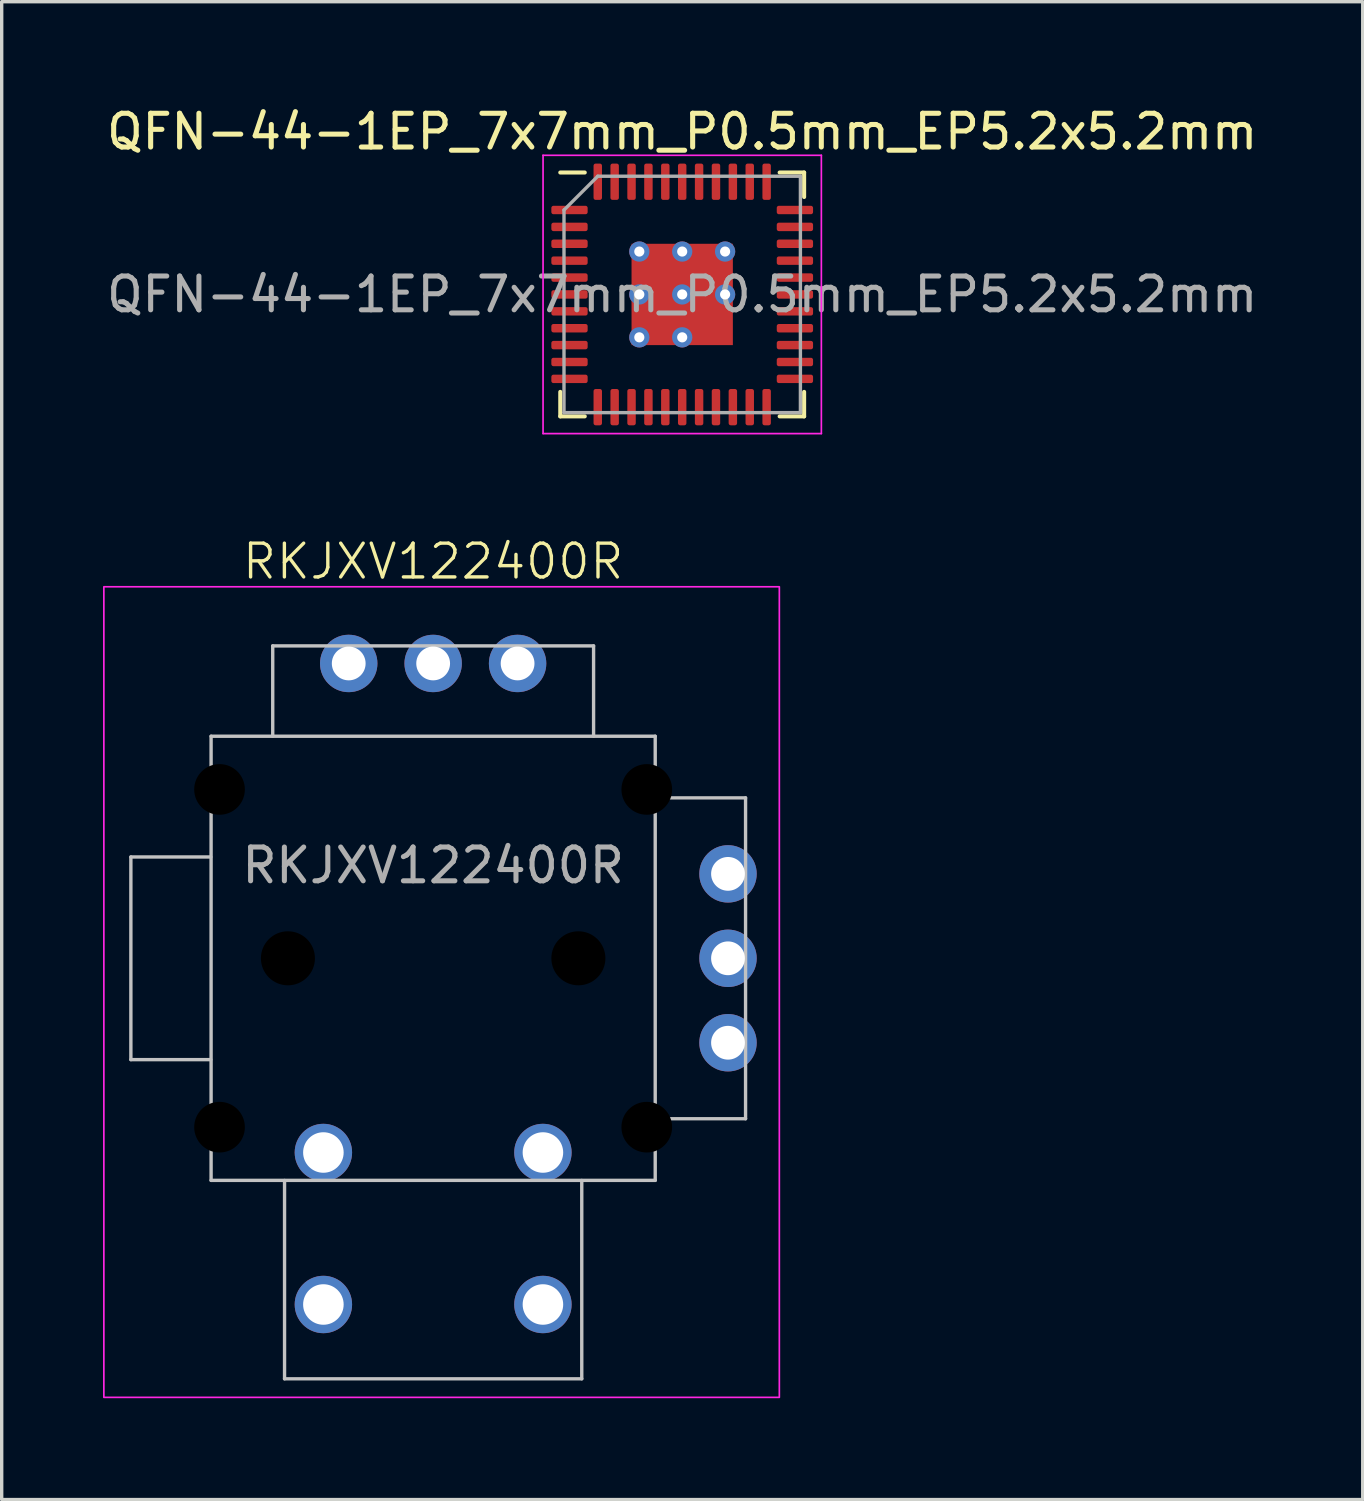
<source format=kicad_pcb>
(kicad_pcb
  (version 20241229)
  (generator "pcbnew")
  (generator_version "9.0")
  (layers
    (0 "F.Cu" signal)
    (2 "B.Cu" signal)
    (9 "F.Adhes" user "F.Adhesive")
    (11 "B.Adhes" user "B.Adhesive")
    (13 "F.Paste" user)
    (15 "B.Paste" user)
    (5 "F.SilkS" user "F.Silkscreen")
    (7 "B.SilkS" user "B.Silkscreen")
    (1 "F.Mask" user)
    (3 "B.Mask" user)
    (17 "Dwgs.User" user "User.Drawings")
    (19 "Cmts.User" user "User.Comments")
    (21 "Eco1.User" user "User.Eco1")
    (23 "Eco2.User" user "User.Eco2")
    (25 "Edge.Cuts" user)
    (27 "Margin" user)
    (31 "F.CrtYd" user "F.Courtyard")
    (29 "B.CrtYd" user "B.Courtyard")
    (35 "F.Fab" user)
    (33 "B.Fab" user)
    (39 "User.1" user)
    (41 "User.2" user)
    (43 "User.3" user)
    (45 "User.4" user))
  (footprint "RKJXV122400R"
    (layer "F.Cu")
    (at 9.775 25.324)
    (property "Reference" "RKJXV122400R" (at 0 -11.75 0) (unlocked yes) (layer "F.SilkS") (effects (font (size 1 1) (thickness 0.1))))
    (attr through_hole)
    (fp_line (start -8.95 -3) (end -8.95 3) (stroke (width 0.1) (type default)) (layer "Dwgs.User"))
    (fp_line (start -6.585 -3) (end -8.95 -3) (stroke (width 0.1) (type default)) (layer "Dwgs.User"))
    (fp_line (start -6.585 3) (end -8.95 3) (stroke (width 0.1) (type default)) (layer "Dwgs.User"))
    (fp_line (start -6.575 -6.575) (end 6.575 -6.575) (stroke (width 0.1) (type default)) (layer "Dwgs.User"))
    (fp_line (start -6.575 6.575) (end -6.575 -6.575) (stroke (width 0.1) (type default)) (layer "Dwgs.User"))
    (fp_line (start -4.75 -9.25) (end -4.75 -6.579) (stroke (width 0.1) (type default)) (layer "Dwgs.User"))
    (fp_line (start -4.75 -9.25) (end 4.75 -9.25) (stroke (width 0.1) (type default)) (layer "Dwgs.User"))
    (fp_line (start -4.4 6.578) (end -4.4 12.45) (stroke (width 0.1) (type default)) (layer "Dwgs.User"))
    (fp_line (start -4.4 12.45) (end 4.4 12.45) (stroke (width 0.1) (type default)) (layer "Dwgs.User"))
    (fp_line (start 4.4 6.578) (end 4.4 12.45) (stroke (width 0.1) (type default)) (layer "Dwgs.User"))
    (fp_line (start 4.75 -9.25) (end 4.75 -6.579) (stroke (width 0.1) (type default)) (layer "Dwgs.User"))
    (fp_line (start 6.575 6.575) (end -6.575 6.575) (stroke (width 0.1) (type default)) (layer "Dwgs.User"))
    (fp_line (start 6.575 6.575) (end 6.575 -6.575) (stroke (width 0.1) (type default)) (layer "Dwgs.User"))
    (fp_line (start 9.25 -4.75) (end 6.579 -4.75) (stroke (width 0.1) (type default)) (layer "Dwgs.User"))
    (fp_line (start 9.25 -4.75) (end 9.25 4.75) (stroke (width 0.1) (type default)) (layer "Dwgs.User"))
    (fp_line (start 9.25 4.75) (end 6.579 4.75) (stroke (width 0.1) (type default)) (layer "Dwgs.User"))
    (fp_rect (start 10.25 -11) (end -9.75 13) (stroke (width 0.05) (type default)) (fill no) (layer "F.CrtYd"))
    (fp_text user "${REFERENCE}" (at 0 -2.75 0) (unlocked yes) (layer "F.Fab") (effects (font (size 1 1) (thickness 0.15))))
    (pad "" np_thru_hole circle (at -6.325 -5) (size 1.5 1.5) (drill 1.5) (layers "*.Mask"))
    (pad "" np_thru_hole circle (at -6.325 5) (size 1.5 1.5) (drill 1.5) (layers "*.Mask"))
    (pad "" np_thru_hole circle (at -4.3 0) (size 1.6 1.6) (drill 1.6) (layers "*.Mask"))
    (pad "" np_thru_hole circle (at 4.3 0) (size 1.6 1.6) (drill 1.6) (layers "*.Mask"))
    (pad "" np_thru_hole circle (at 6.325 -5) (size 1.5 1.5) (drill 1.5) (layers "*.Mask"))
    (pad "" np_thru_hole circle (at 6.325 5) (size 1.5 1.5) (drill 1.5) (layers "*.Mask"))
    (pad "1" thru_hole circle (at 8.73 2.5) (size 1.7 1.7) (drill 1) (layers "*.Cu" "*.Mask"))
    (pad "2" thru_hole circle (at 8.73 0) (size 1.7 1.7) (drill 1) (layers "*.Cu" "*.Mask"))
    (pad "3" thru_hole circle (at 8.73 -2.5) (size 1.7 1.7) (drill 1) (layers "*.Cu" "*.Mask"))
    (pad "4" thru_hole circle (at 2.5 -8.73 90) (size 1.7 1.7) (drill 1) (layers "*.Cu" "*.Mask"))
    (pad "5" thru_hole circle (at 0 -8.73 90) (size 1.7 1.7) (drill 1) (layers "*.Cu" "*.Mask"))
    (pad "6" thru_hole circle (at -2.5 -8.73 90) (size 1.7 1.7) (drill 1) (layers "*.Cu" "*.Mask"))
    (pad "a" thru_hole circle (at -3.25 5.75) (size 1.7 1.7) (drill 1.2) (layers "*.Cu" "*.Mask"))
    (pad "b" thru_hole circle (at -3.25 10.25) (size 1.7 1.7) (drill 1.2) (layers "*.Cu" "*.Mask"))
    (pad "c" thru_hole circle (at 3.25 5.75) (size 1.7 1.7) (drill 1.2) (layers "*.Cu" "*.Mask"))
    (pad "d" thru_hole circle (at 3.25 10.25) (size 1.7 1.7) (drill 1.2) (layers "*.Cu" "*.Mask")))
  (footprint "QFN-44-1EP_7x7mm_P0.5mm_EP5.2x5.2mm"
    (layer "F.Cu")
    (at 17.149 5.668)
    (property "Reference" "QFN-44-1EP_7x7mm_P0.5mm_EP5.2x5.2mm" (at 0 -4.82 0) (layer "F.SilkS") (effects (font (size 1 1) (thickness 0.15))))
    (attr smd)
    (fp_line (start -3.61 3.61) (end -3.61 2.885) (stroke (width 0.12) (type solid)) (layer "F.SilkS"))
    (fp_line (start -2.885 -3.61) (end -3.61 -3.61) (stroke (width 0.12) (type solid)) (layer "F.SilkS"))
    (fp_line (start -2.885 3.61) (end -3.61 3.61) (stroke (width 0.12) (type solid)) (layer "F.SilkS"))
    (fp_line (start 2.885 -3.61) (end 3.61 -3.61) (stroke (width 0.12) (type solid)) (layer "F.SilkS"))
    (fp_line (start 2.885 3.61) (end 3.61 3.61) (stroke (width 0.12) (type solid)) (layer "F.SilkS"))
    (fp_line (start 3.61 -3.61) (end 3.61 -2.885) (stroke (width 0.12) (type solid)) (layer "F.SilkS"))
    (fp_line (start 3.61 3.61) (end 3.61 2.885) (stroke (width 0.12) (type solid)) (layer "F.SilkS"))
    (fp_line (start -4.12 -4.12) (end -4.12 4.12) (stroke (width 0.05) (type solid)) (layer "F.CrtYd"))
    (fp_line (start -4.12 4.12) (end 4.12 4.12) (stroke (width 0.05) (type solid)) (layer "F.CrtYd"))
    (fp_line (start 4.12 -4.12) (end -4.12 -4.12) (stroke (width 0.05) (type solid)) (layer "F.CrtYd"))
    (fp_line (start 4.12 4.12) (end 4.12 -4.12) (stroke (width 0.05) (type solid)) (layer "F.CrtYd"))
    (fp_line (start -3.5 -2.5) (end -2.5 -3.5) (stroke (width 0.1) (type solid)) (layer "F.Fab"))
    (fp_line (start -3.5 3.5) (end -3.5 -2.5) (stroke (width 0.1) (type solid)) (layer "F.Fab"))
    (fp_line (start -2.5 -3.5) (end 3.5 -3.5) (stroke (width 0.1) (type solid)) (layer "F.Fab"))
    (fp_line (start 3.5 -3.5) (end 3.5 3.5) (stroke (width 0.1) (type solid)) (layer "F.Fab"))
    (fp_line (start 3.5 3.5) (end -3.5 3.5) (stroke (width 0.1) (type solid)) (layer "F.Fab"))
    (fp_text user "${REFERENCE}" (at 0 0 0) (layer "F.Fab") (effects (font (size 1 1) (thickness 0.15))))
    (pad "" smd roundrect (at 0 0) (size 2 2) (layers "F.Paste") (roundrect_rratio 0.238))
    (pad "1" smd roundrect (at -3.337 -2.5) (size 1.075 0.25) (layers "F.Cu" "F.Mask" "F.Paste") (roundrect_rratio 0.25))
    (pad "2" smd roundrect (at -3.337 -2) (size 1.075 0.25) (layers "F.Cu" "F.Mask" "F.Paste") (roundrect_rratio 0.25))
    (pad "3" smd roundrect (at -3.337 -1.5) (size 1.075 0.25) (layers "F.Cu" "F.Mask" "F.Paste") (roundrect_rratio 0.25))
    (pad "4" smd roundrect (at -3.337 -1) (size 1.075 0.25) (layers "F.Cu" "F.Mask" "F.Paste") (roundrect_rratio 0.25))
    (pad "5" smd roundrect (at -3.337 -0.5) (size 1.075 0.25) (layers "F.Cu" "F.Mask" "F.Paste") (roundrect_rratio 0.25))
    (pad "6" smd roundrect (at -3.337 0) (size 1.075 0.25) (layers "F.Cu" "F.Mask" "F.Paste") (roundrect_rratio 0.25))
    (pad "7" smd roundrect (at -3.337 0.5) (size 1.075 0.25) (layers "F.Cu" "F.Mask" "F.Paste") (roundrect_rratio 0.25))
    (pad "8" smd roundrect (at -3.337 1) (size 1.075 0.25) (layers "F.Cu" "F.Mask" "F.Paste") (roundrect_rratio 0.25))
    (pad "9" smd roundrect (at -3.337 1.5) (size 1.075 0.25) (layers "F.Cu" "F.Mask" "F.Paste") (roundrect_rratio 0.25))
    (pad "10" smd roundrect (at -3.337 2) (size 1.075 0.25) (layers "F.Cu" "F.Mask" "F.Paste") (roundrect_rratio 0.25))
    (pad "11" smd roundrect (at -3.337 2.5) (size 1.075 0.25) (layers "F.Cu" "F.Mask" "F.Paste") (roundrect_rratio 0.25))
    (pad "12" smd roundrect (at -2.5 3.337) (size 0.25 1.075) (layers "F.Cu" "F.Mask" "F.Paste") (roundrect_rratio 0.25))
    (pad "13" smd roundrect (at -2 3.337) (size 0.25 1.075) (layers "F.Cu" "F.Mask" "F.Paste") (roundrect_rratio 0.25))
    (pad "14" smd roundrect (at -1.5 3.337) (size 0.25 1.075) (layers "F.Cu" "F.Mask" "F.Paste") (roundrect_rratio 0.25))
    (pad "15" thru_hole circle (at -1.27 -1.27) (size 0.6 0.6) (drill 0.3) (layers "*.Cu"))
    (pad "15" thru_hole circle (at -1.27 0) (size 0.6 0.6) (drill 0.3) (layers "*.Cu"))
    (pad "15" thru_hole circle (at -1.27 1.27) (size 0.6 0.6) (drill 0.3) (layers "*.Cu"))
    (pad "15" smd roundrect (at -1 3.337) (size 0.25 1.075) (layers "F.Cu" "F.Mask" "F.Paste") (roundrect_rratio 0.25))
    (pad "15" thru_hole circle (at 0 -1.27) (size 0.6 0.6) (drill 0.3) (layers "*.Cu"))
    (pad "15" thru_hole circle (at 0 0) (size 0.6 0.6) (drill 0.3) (layers "*.Cu"))
    (pad "15" smd rect (at 0 0) (size 3 3) (layers "F.Cu" "F.Mask"))
    (pad "15" thru_hole circle (at 0 1.27) (size 0.6 0.6) (drill 0.3) (layers "*.Cu"))
    (pad "15" thru_hole circle (at 1.27 -1.27) (size 0.6 0.6) (drill 0.3) (layers "*.Cu"))
    (pad "15" thru_hole circle (at 1.27 0) (size 0.6 0.6) (drill 0.3) (layers "*.Cu"))
    (pad "16" smd roundrect (at -0.5 3.337) (size 0.25 1.075) (layers "F.Cu" "F.Mask" "F.Paste") (roundrect_rratio 0.25))
    (pad "17" smd roundrect (at 0 3.337) (size 0.25 1.075) (layers "F.Cu" "F.Mask" "F.Paste") (roundrect_rratio 0.25))
    (pad "18" smd roundrect (at 0.5 3.337) (size 0.25 1.075) (layers "F.Cu" "F.Mask" "F.Paste") (roundrect_rratio 0.25))
    (pad "19" smd roundrect (at 1 3.337) (size 0.25 1.075) (layers "F.Cu" "F.Mask" "F.Paste") (roundrect_rratio 0.25))
    (pad "20" smd roundrect (at 1.5 3.337) (size 0.25 1.075) (layers "F.Cu" "F.Mask" "F.Paste") (roundrect_rratio 0.25))
    (pad "21" smd roundrect (at 2 3.337) (size 0.25 1.075) (layers "F.Cu" "F.Mask" "F.Paste") (roundrect_rratio 0.25))
    (pad "22" smd roundrect (at 2.5 3.337) (size 0.25 1.075) (layers "F.Cu" "F.Mask" "F.Paste") (roundrect_rratio 0.25))
    (pad "23" smd roundrect (at 3.337 2.5) (size 1.075 0.25) (layers "F.Cu" "F.Mask" "F.Paste") (roundrect_rratio 0.25))
    (pad "24" smd roundrect (at 3.337 2) (size 1.075 0.25) (layers "F.Cu" "F.Mask" "F.Paste") (roundrect_rratio 0.25))
    (pad "25" smd roundrect (at 3.337 1.5) (size 1.075 0.25) (layers "F.Cu" "F.Mask" "F.Paste") (roundrect_rratio 0.25))
    (pad "26" smd roundrect (at 3.337 1) (size 1.075 0.25) (layers "F.Cu" "F.Mask" "F.Paste") (roundrect_rratio 0.25))
    (pad "27" smd roundrect (at 3.337 0.5) (size 1.075 0.25) (layers "F.Cu" "F.Mask" "F.Paste") (roundrect_rratio 0.25))
    (pad "28" smd roundrect (at 3.337 0) (size 1.075 0.25) (layers "F.Cu" "F.Mask" "F.Paste") (roundrect_rratio 0.25))
    (pad "29" smd roundrect (at 3.337 -0.5) (size 1.075 0.25) (layers "F.Cu" "F.Mask" "F.Paste") (roundrect_rratio 0.25))
    (pad "30" smd roundrect (at 3.337 -1) (size 1.075 0.25) (layers "F.Cu" "F.Mask" "F.Paste") (roundrect_rratio 0.25))
    (pad "31" smd roundrect (at 3.337 -1.5) (size 1.075 0.25) (layers "F.Cu" "F.Mask" "F.Paste") (roundrect_rratio 0.25))
    (pad "32" smd roundrect (at 3.337 -2) (size 1.075 0.25) (layers "F.Cu" "F.Mask" "F.Paste") (roundrect_rratio 0.25))
    (pad "33" smd roundrect (at 3.337 -2.5) (size 1.075 0.25) (layers "F.Cu" "F.Mask" "F.Paste") (roundrect_rratio 0.25))
    (pad "34" smd roundrect (at 2.5 -3.337) (size 0.25 1.075) (layers "F.Cu" "F.Mask" "F.Paste") (roundrect_rratio 0.25))
    (pad "35" smd roundrect (at 2 -3.337) (size 0.25 1.075) (layers "F.Cu" "F.Mask" "F.Paste") (roundrect_rratio 0.25))
    (pad "36" smd roundrect (at 1.5 -3.337) (size 0.25 1.075) (layers "F.Cu" "F.Mask" "F.Paste") (roundrect_rratio 0.25))
    (pad "37" smd roundrect (at 1 -3.337) (size 0.25 1.075) (layers "F.Cu" "F.Mask" "F.Paste") (roundrect_rratio 0.25))
    (pad "38" smd roundrect (at 0.5 -3.337) (size 0.25 1.075) (layers "F.Cu" "F.Mask" "F.Paste") (roundrect_rratio 0.25))
    (pad "39" smd roundrect (at 0 -3.337) (size 0.25 1.075) (layers "F.Cu" "F.Mask" "F.Paste") (roundrect_rratio 0.25))
    (pad "40" smd roundrect (at -0.5 -3.337) (size 0.25 1.075) (layers "F.Cu" "F.Mask" "F.Paste") (roundrect_rratio 0.25))
    (pad "41" smd roundrect (at -1 -3.337) (size 0.25 1.075) (layers "F.Cu" "F.Mask" "F.Paste") (roundrect_rratio 0.25))
    (pad "42" smd roundrect (at -1.5 -3.337) (size 0.25 1.075) (layers "F.Cu" "F.Mask" "F.Paste") (roundrect_rratio 0.25))
    (pad "43" smd roundrect (at -2 -3.337) (size 0.25 1.075) (layers "F.Cu" "F.Mask" "F.Paste") (roundrect_rratio 0.25))
    (pad "44" smd roundrect (at -2.5 -3.337) (size 0.25 1.075) (layers "F.Cu" "F.Mask" "F.Paste") (roundrect_rratio 0.25)))
  (gr_rect
    (start -3 -3)
    (end 37.298 41.349)
    (stroke (width 0.1) (type default))
    (fill no)
    (layer "Edge.Cuts")))
</source>
